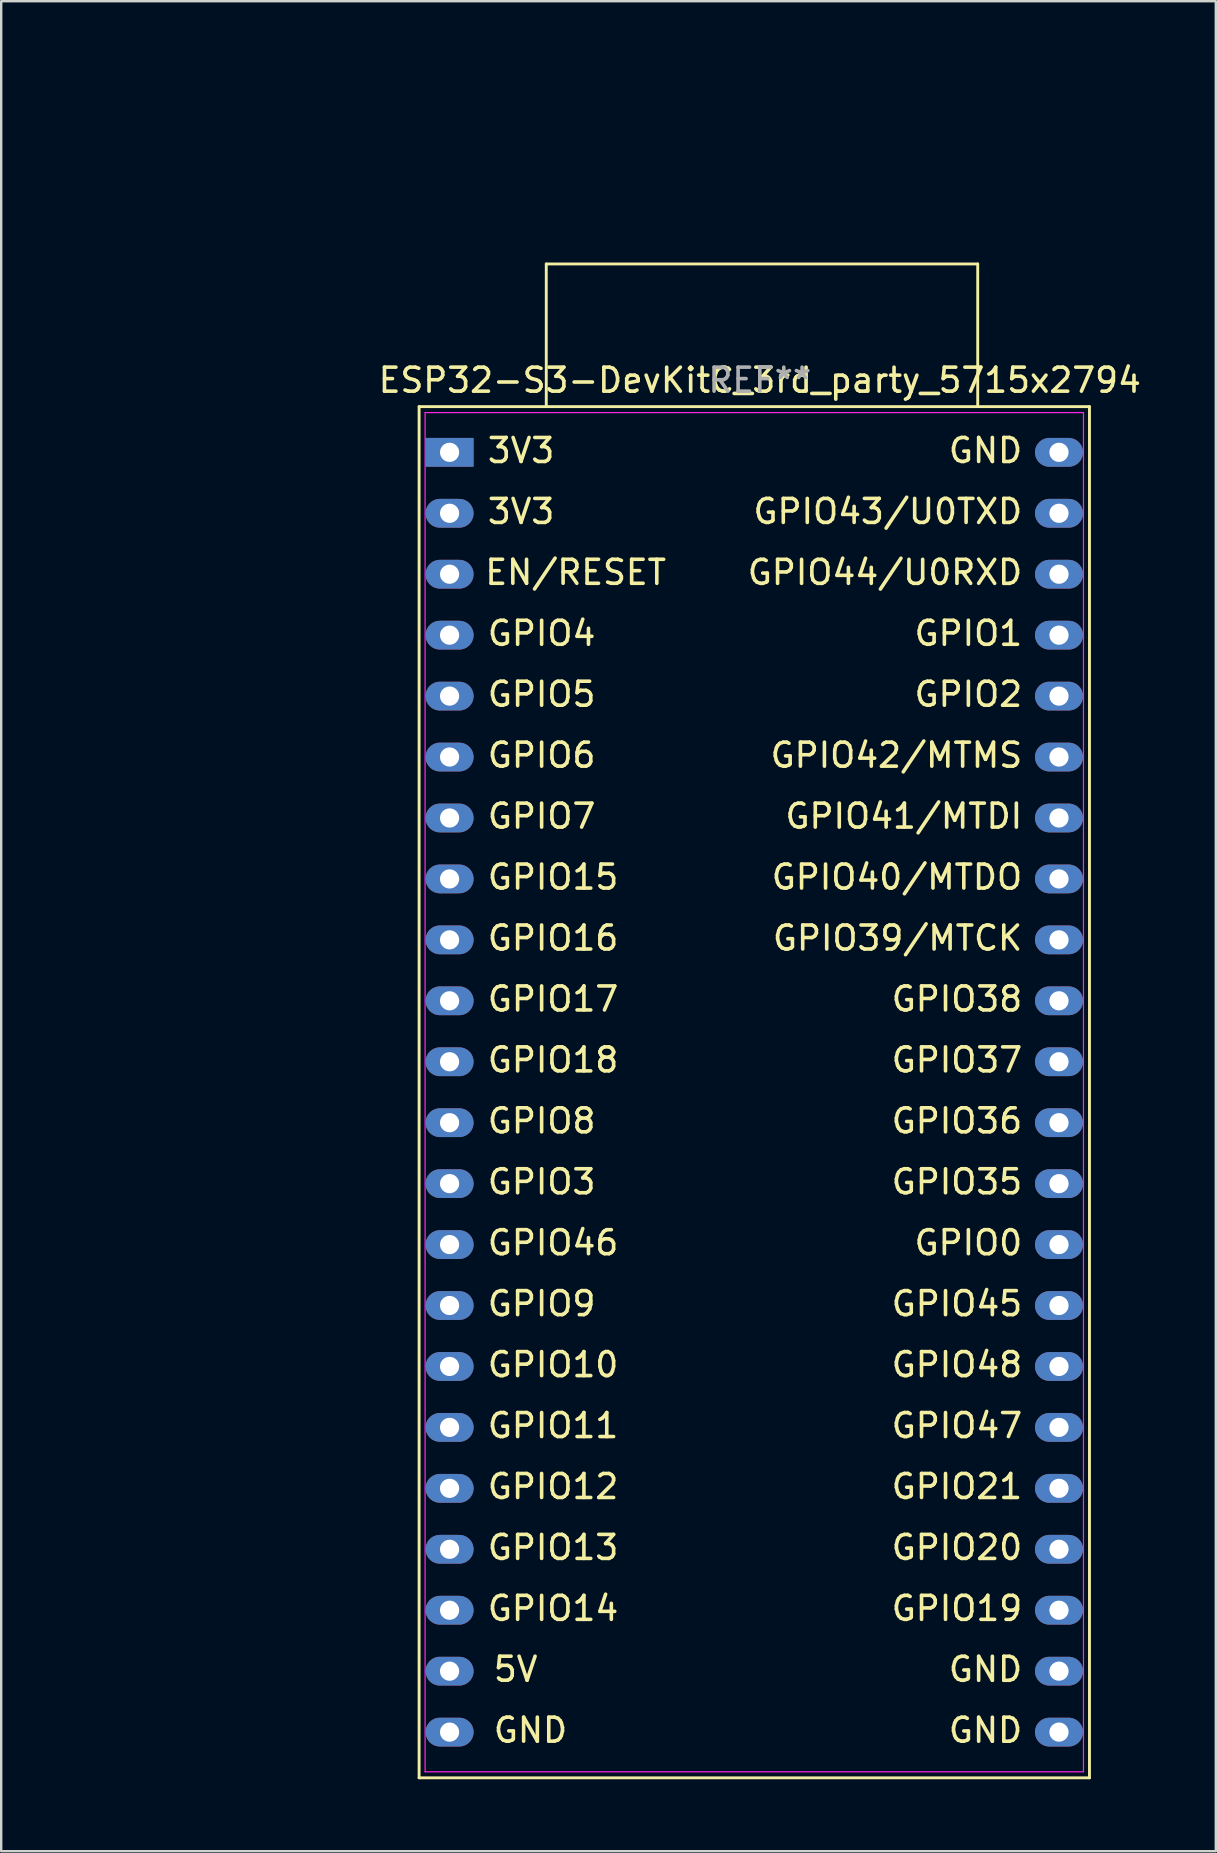
<source format=kicad_pcb>
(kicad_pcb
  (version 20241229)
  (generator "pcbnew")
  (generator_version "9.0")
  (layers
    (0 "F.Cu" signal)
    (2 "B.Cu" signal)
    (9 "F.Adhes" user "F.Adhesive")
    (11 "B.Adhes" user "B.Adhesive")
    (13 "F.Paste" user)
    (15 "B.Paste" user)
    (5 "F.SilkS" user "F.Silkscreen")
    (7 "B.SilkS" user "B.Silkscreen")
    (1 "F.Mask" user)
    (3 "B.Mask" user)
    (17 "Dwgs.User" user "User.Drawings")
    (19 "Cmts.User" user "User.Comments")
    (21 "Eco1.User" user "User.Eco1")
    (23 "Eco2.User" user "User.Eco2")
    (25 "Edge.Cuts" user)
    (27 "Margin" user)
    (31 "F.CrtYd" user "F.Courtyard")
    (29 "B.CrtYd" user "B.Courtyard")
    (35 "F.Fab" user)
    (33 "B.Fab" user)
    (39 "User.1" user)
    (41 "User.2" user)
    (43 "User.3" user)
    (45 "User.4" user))
  (footprint "ESP32-S3-DevKitC_3rd_party_5715x2794"
    (layer "F.Cu")
    (at 14.418 13.898)
    (property "Reference" "ESP32-S3-DevKitC_3rd_party_5715x2794" (at 14.2 -1.1 0) (layer "F.SilkS") (effects (font (size 1 1) (thickness 0.15))))
    (attr through_hole)
    (fp_line (start 0 0) (end 0 57.15) (stroke (width 0.12) (type solid)) (layer "F.SilkS"))
    (fp_line (start 0 57.15) (end 27.94 57.15) (stroke (width 0.12) (type solid)) (layer "F.SilkS"))
    (fp_line (start 5.3 -5.946) (end 23.283 -5.946) (stroke (width 0.12) (type solid)) (layer "F.SilkS"))
    (fp_line (start 5.3 -0.054) (end 5.3 -5.946) (stroke (width 0.12) (type solid)) (layer "F.SilkS"))
    (fp_line (start 23.283 -5.946) (end 23.283 -0.054) (stroke (width 0.12) (type solid)) (layer "F.SilkS"))
    (fp_line (start 27.94 0) (end 0.000001 0) (stroke (width 0.12) (type solid)) (layer "F.SilkS"))
    (fp_line (start 27.94 57.15) (end 27.94 0) (stroke (width 0.12) (type solid)) (layer "F.SilkS"))
    (fp_line (start 0.25 0.25) (end 27.69 0.25) (stroke (width 0.05) (type solid)) (layer "F.CrtYd"))
    (fp_line (start 0.25 56.9) (end 0.25 0.25) (stroke (width 0.05) (type solid)) (layer "F.CrtYd"))
    (fp_line (start 27.69 0.25) (end 27.69 56.9) (stroke (width 0.05) (type solid)) (layer "F.CrtYd"))
    (fp_line (start 27.69 56.9) (end 0.25 56.9) (stroke (width 0.05) (type solid)) (layer "F.CrtYd"))
    (fp_text user "3V3" (at 2.77 4.37 0) (unlocked yes) (layer "F.SilkS") (effects (font (size 1 1) (thickness 0.15)) (justify left)))
    (fp_text user "GPIO37" (at 25.23 27.23 0) (unlocked yes) (layer "F.SilkS") (effects (font (size 1 1) (thickness 0.15)) (justify right)))
    (fp_text user "GND" (at 3.02 55.167 0) (unlocked yes) (layer "F.SilkS") (effects (font (size 1 1) (thickness 0.15)) (justify left)))
    (fp_text user "EN/RESET" (at 10.386 6.907 0) (unlocked yes) (layer "F.SilkS") (effects (font (size 1 1) (thickness 0.15)) (justify right)))
    (fp_text user "GPIO43/U0TXD" (at 25.23 4.37 0) (unlocked yes) (layer "F.SilkS") (effects (font (size 1 1) (thickness 0.15)) (justify right)))
    (fp_text user "GND" (at 25.23 1.83 0) (unlocked yes) (layer "F.SilkS") (effects (font (size 1 1) (thickness 0.15)) (justify right)))
    (fp_text user "GPIO18" (at 2.77 27.23 0) (unlocked yes) (layer "F.SilkS") (effects (font (size 1 1) (thickness 0.15)) (justify left)))
    (fp_text user "GPIO48" (at 25.23 39.93 0) (unlocked yes) (layer "F.SilkS") (effects (font (size 1 1) (thickness 0.15)) (justify right)))
    (fp_text user "GPIO9" (at 2.77 37.39 0) (unlocked yes) (layer "F.SilkS") (effects (font (size 1 1) (thickness 0.15)) (justify left)))
    (fp_text user "5V" (at 3.02 52.627 0) (unlocked yes) (layer "F.SilkS") (effects (font (size 1 1) (thickness 0.15)) (justify left)))
    (fp_text user "GPIO41/MTDI" (at 25.23 17.07 0) (unlocked yes) (layer "F.SilkS") (effects (font (size 1 1) (thickness 0.15)) (justify right)))
    (fp_text user "GPIO10" (at 2.77 39.93 0) (unlocked yes) (layer "F.SilkS") (effects (font (size 1 1) (thickness 0.15)) (justify left)))
    (fp_text user "GPIO35" (at 25.23 32.31 0) (unlocked yes) (layer "F.SilkS") (effects (font (size 1 1) (thickness 0.15)) (justify right)))
    (fp_text user "GPIO5" (at 2.77 11.99 0) (unlocked yes) (layer "F.SilkS") (effects (font (size 1 1) (thickness 0.15)) (justify left)))
    (fp_text user "GPIO0" (at 25.23 34.85 0) (unlocked yes) (layer "F.SilkS") (effects (font (size 1 1) (thickness 0.15)) (justify right)))
    (fp_text user "GPIO36" (at 25.23 29.77 0) (unlocked yes) (layer "F.SilkS") (effects (font (size 1 1) (thickness 0.15)) (justify right)))
    (fp_text user "GPIO39/MTCK" (at 25.23 22.15 0) (unlocked yes) (layer "F.SilkS") (effects (font (size 1 1) (thickness 0.15)) (justify right)))
    (fp_text user "GPIO16" (at 2.77 22.15 0) (unlocked yes) (layer "F.SilkS") (effects (font (size 1 1) (thickness 0.15)) (justify left)))
    (fp_text user "GND" (at 25.23 55.17 0) (unlocked yes) (layer "F.SilkS") (effects (font (size 1 1) (thickness 0.15)) (justify right)))
    (fp_text user "GPIO14" (at 2.77 50.09 0) (unlocked yes) (layer "F.SilkS") (effects (font (size 1 1) (thickness 0.15)) (justify left)))
    (fp_text user "GPIO4" (at 2.77 9.45 0) (unlocked yes) (layer "F.SilkS") (effects (font (size 1 1) (thickness 0.15)) (justify left)))
    (fp_text user "GPIO7" (at 2.77 17.07 0) (unlocked yes) (layer "F.SilkS") (effects (font (size 1 1) (thickness 0.15)) (justify left)))
    (fp_text user "GPIO13" (at 2.77 47.55 0) (unlocked yes) (layer "F.SilkS") (effects (font (size 1 1) (thickness 0.15)) (justify left)))
    (fp_text user "GND" (at 25.23 52.63 0) (unlocked yes) (layer "F.SilkS") (effects (font (size 1 1) (thickness 0.15)) (justify right)))
    (fp_text user "3V3" (at 2.77 1.83 0) (unlocked yes) (layer "F.SilkS") (effects (font (size 1 1) (thickness 0.15)) (justify left)))
    (fp_text user "GPIO12" (at 2.77 45.01 0) (unlocked yes) (layer "F.SilkS") (effects (font (size 1 1) (thickness 0.15)) (justify left)))
    (fp_text user "GPIO2" (at 25.23 11.99 0) (unlocked yes) (layer "F.SilkS") (effects (font (size 1 1) (thickness 0.15)) (justify right)))
    (fp_text user "GPIO11" (at 2.77 42.47 0) (unlocked yes) (layer "F.SilkS") (effects (font (size 1 1) (thickness 0.15)) (justify left)))
    (fp_text user "GPIO8" (at 2.77 29.77 0) (unlocked yes) (layer "F.SilkS") (effects (font (size 1 1) (thickness 0.15)) (justify left)))
    (fp_text user "GPIO47" (at 25.23 42.47 0) (unlocked yes) (layer "F.SilkS") (effects (font (size 1 1) (thickness 0.15)) (justify right)))
    (fp_text user "GPIO15" (at 2.77 19.61 0) (unlocked yes) (layer "F.SilkS") (effects (font (size 1 1) (thickness 0.15)) (justify left)))
    (fp_text user "GPIO6" (at 2.77 14.53 0) (unlocked yes) (layer "F.SilkS") (effects (font (size 1 1) (thickness 0.15)) (justify left)))
    (fp_text user "GPIO21" (at 25.23 45.01 0) (unlocked yes) (layer "F.SilkS") (effects (font (size 1 1) (thickness 0.15)) (justify right)))
    (fp_text user "GPIO1" (at 25.23 9.45 0) (unlocked yes) (layer "F.SilkS") (effects (font (size 1 1) (thickness 0.15)) (justify right)))
    (fp_text user "GPIO17" (at 2.77 24.69 0) (unlocked yes) (layer "F.SilkS") (effects (font (size 1 1) (thickness 0.15)) (justify left)))
    (fp_text user "GPIO40/MTDO" (at 25.23 19.61 0) (unlocked yes) (layer "F.SilkS") (effects (font (size 1 1) (thickness 0.15)) (justify right)))
    (fp_text user "GPIO38" (at 25.23 24.69 0) (unlocked yes) (layer "F.SilkS") (effects (font (size 1 1) (thickness 0.15)) (justify right)))
    (fp_text user "GPIO3" (at 2.77 32.31 0) (unlocked yes) (layer "F.SilkS") (effects (font (size 1 1) (thickness 0.15)) (justify left)))
    (fp_text user "GPIO44/U0RXD" (at 25.23 6.91 0) (unlocked yes) (layer "F.SilkS") (effects (font (size 1 1) (thickness 0.15)) (justify right)))
    (fp_text user "GPIO42/MTMS" (at 25.23 14.53 0) (unlocked yes) (layer "F.SilkS") (effects (font (size 1 1) (thickness 0.15)) (justify right)))
    (fp_text user "GPIO45" (at 25.23 37.39 0) (unlocked yes) (layer "F.SilkS") (effects (font (size 1 1) (thickness 0.15)) (justify right)))
    (fp_text user "GPIO46" (at 2.77 34.85 0) (unlocked yes) (layer "F.SilkS") (effects (font (size 1 1) (thickness 0.15)) (justify left)))
    (fp_text user "GPIO20" (at 25.23 47.55 0) (unlocked yes) (layer "F.SilkS") (effects (font (size 1 1) (thickness 0.15)) (justify right)))
    (fp_text user "GPIO19" (at 25.23 50.09 0) (unlocked yes) (layer "F.SilkS") (effects (font (size 1 1) (thickness 0.15)) (justify right)))
    (fp_text user "REF**" (at 14.2 -1.1 0) (layer "F.Fab") (effects (font (size 1 1) (thickness 0.15))))
    (dimension (type orthogonal) (layer "Eco1.User") (pts (xy 14.418 13.898) (xy 14.418 71.048)) (height -11) (orientation 1) (format (prefix "") (suffix "") (units 3) (units_format 0) (precision 4) (suppress_zeroes yes)) (style (thickness 0.1) (arrow_length 1.27) (text_position_mode 0) (arrow_direction outward) (extension_height 0.586) (extension_offset 0.5) (keep_text_aligned yes)) (gr_text "57.15" (at 2.268 42.473 90) (layer "Eco1.User") (effects (font (size 1 1) (thickness 0.15)))))
    (dimension (type orthogonal) (layer "Eco1.User") (pts (xy 14.418 13.898) (xy 42.358 13.898)) (height -11.9) (orientation 0) (format (prefix "") (suffix "") (units 3) (units_format 0) (precision 4) (suppress_zeroes yes)) (style (thickness 0.1) (arrow_length 1.27) (text_position_mode 0) (arrow_direction outward) (extension_height 0.586) (extension_offset 0.5) (keep_text_aligned yes)) (gr_text "27.94" (at 28.388 0.848 0) (layer "Eco1.User") (effects (font (size 1 1) (thickness 0.15)))))
    (pad "1" thru_hole rect (at 1.27 1.905 270) (size 1.2 2) (drill 0.8) (layers "*.Cu" "*.Mask"))
    (pad "2" thru_hole oval (at 1.27 4.445 270) (size 1.2 2) (drill 0.8) (layers "*.Cu" "*.Mask"))
    (pad "3" thru_hole oval (at 1.27 6.985 270) (size 1.2 2) (drill 0.8) (layers "*.Cu" "*.Mask"))
    (pad "4" thru_hole oval (at 1.27 9.525 270) (size 1.2 2) (drill 0.8) (layers "*.Cu" "*.Mask"))
    (pad "5" thru_hole oval (at 1.27 12.065 270) (size 1.2 2) (drill 0.8) (layers "*.Cu" "*.Mask"))
    (pad "6" thru_hole oval (at 1.27 14.605 270) (size 1.2 2) (drill 0.8) (layers "*.Cu" "*.Mask"))
    (pad "7" thru_hole oval (at 1.27 17.145 270) (size 1.2 2) (drill 0.8) (layers "*.Cu" "*.Mask"))
    (pad "8" thru_hole oval (at 1.27 19.685 270) (size 1.2 2) (drill 0.8) (layers "*.Cu" "*.Mask"))
    (pad "9" thru_hole oval (at 1.27 22.225 270) (size 1.2 2) (drill 0.8) (layers "*.Cu" "*.Mask"))
    (pad "10" thru_hole oval (at 1.27 24.765 270) (size 1.2 2) (drill 0.8) (layers "*.Cu" "*.Mask"))
    (pad "11" thru_hole oval (at 1.27 27.305 270) (size 1.2 2) (drill 0.8) (layers "*.Cu" "*.Mask"))
    (pad "12" thru_hole oval (at 1.27 29.845 270) (size 1.2 2) (drill 0.8) (layers "*.Cu" "*.Mask"))
    (pad "13" thru_hole oval (at 1.27 32.385 270) (size 1.2 2) (drill 0.8) (layers "*.Cu" "*.Mask"))
    (pad "14" thru_hole oval (at 1.27 34.925 270) (size 1.2 2) (drill 0.8) (layers "*.Cu" "*.Mask"))
    (pad "15" thru_hole oval (at 1.27 37.465 270) (size 1.2 2) (drill 0.8) (layers "*.Cu" "*.Mask"))
    (pad "16" thru_hole oval (at 1.27 40.005 270) (size 1.2 2) (drill 0.8) (layers "*.Cu" "*.Mask"))
    (pad "17" thru_hole oval (at 1.27 42.545 270) (size 1.2 2) (drill 0.8) (layers "*.Cu" "*.Mask"))
    (pad "18" thru_hole oval (at 1.27 45.085 270) (size 1.2 2) (drill 0.8) (layers "*.Cu" "*.Mask"))
    (pad "19" thru_hole oval (at 1.27 47.625 270) (size 1.2 2) (drill 0.8) (layers "*.Cu" "*.Mask"))
    (pad "20" thru_hole oval (at 1.27 50.165 270) (size 1.2 2) (drill 0.8) (layers "*.Cu" "*.Mask"))
    (pad "21" thru_hole oval (at 1.27 52.705 270) (size 1.2 2) (drill 0.8) (layers "*.Cu" "*.Mask"))
    (pad "22" thru_hole oval (at 1.27 55.245 270) (size 1.2 2) (drill 0.8) (layers "*.Cu" "*.Mask"))
    (pad "23" thru_hole oval (at 26.67 55.245 270) (size 1.2 2) (drill 0.8) (layers "*.Cu" "*.Mask"))
    (pad "24" thru_hole oval (at 26.67 52.705 270) (size 1.2 2) (drill 0.8) (layers "*.Cu" "*.Mask"))
    (pad "25" thru_hole oval (at 26.67 50.165 270) (size 1.2 2) (drill 0.8) (layers "*.Cu" "*.Mask"))
    (pad "26" thru_hole oval (at 26.67 47.625 270) (size 1.2 2) (drill 0.8) (layers "*.Cu" "*.Mask"))
    (pad "27" thru_hole oval (at 26.67 45.085 270) (size 1.2 2) (drill 0.8) (layers "*.Cu" "*.Mask"))
    (pad "28" thru_hole oval (at 26.67 42.545 270) (size 1.2 2) (drill 0.8) (layers "*.Cu" "*.Mask"))
    (pad "29" thru_hole oval (at 26.67 40.005 270) (size 1.2 2) (drill 0.8) (layers "*.Cu" "*.Mask"))
    (pad "30" thru_hole oval (at 26.67 37.465 270) (size 1.2 2) (drill 0.8) (layers "*.Cu" "*.Mask"))
    (pad "31" thru_hole oval (at 26.67 34.925 270) (size 1.2 2) (drill 0.8) (layers "*.Cu" "*.Mask"))
    (pad "32" thru_hole oval (at 26.67 32.385 270) (size 1.2 2) (drill 0.8) (layers "*.Cu" "*.Mask"))
    (pad "33" thru_hole oval (at 26.67 29.845 270) (size 1.2 2) (drill 0.8) (layers "*.Cu" "*.Mask"))
    (pad "34" thru_hole oval (at 26.67 27.305 270) (size 1.2 2) (drill 0.8) (layers "*.Cu" "*.Mask"))
    (pad "35" thru_hole oval (at 26.67 24.765 270) (size 1.2 2) (drill 0.8) (layers "*.Cu" "*.Mask"))
    (pad "36" thru_hole oval (at 26.67 22.225 270) (size 1.2 2) (drill 0.8) (layers "*.Cu" "*.Mask"))
    (pad "37" thru_hole oval (at 26.67 19.685 270) (size 1.2 2) (drill 0.8) (layers "*.Cu" "*.Mask"))
    (pad "38" thru_hole oval (at 26.67 17.145 270) (size 1.2 2) (drill 0.8) (layers "*.Cu" "*.Mask"))
    (pad "39" thru_hole oval (at 26.67 14.605 270) (size 1.2 2) (drill 0.8) (layers "*.Cu" "*.Mask"))
    (pad "40" thru_hole oval (at 26.67 12.065 270) (size 1.2 2) (drill 0.8) (layers "*.Cu" "*.Mask"))
    (pad "41" thru_hole oval (at 26.67 9.525 270) (size 1.2 2) (drill 0.8) (layers "*.Cu" "*.Mask"))
    (pad "42" thru_hole oval (at 26.67 6.985 270) (size 1.2 2) (drill 0.8) (layers "*.Cu" "*.Mask"))
    (pad "43" thru_hole oval (at 26.67 4.445 270) (size 1.2 2) (drill 0.8) (layers "*.Cu" "*.Mask"))
    (pad "44" thru_hole oval (at 26.67 1.905 270) (size 1.2 2) (drill 0.8) (layers "*.Cu" "*.Mask")))
  (gr_rect
    (start -3 -3)
    (end 47.624 74.108)
    (stroke (width 0.1) (type default))
    (fill no)
    (layer "Edge.Cuts")))
</source>
